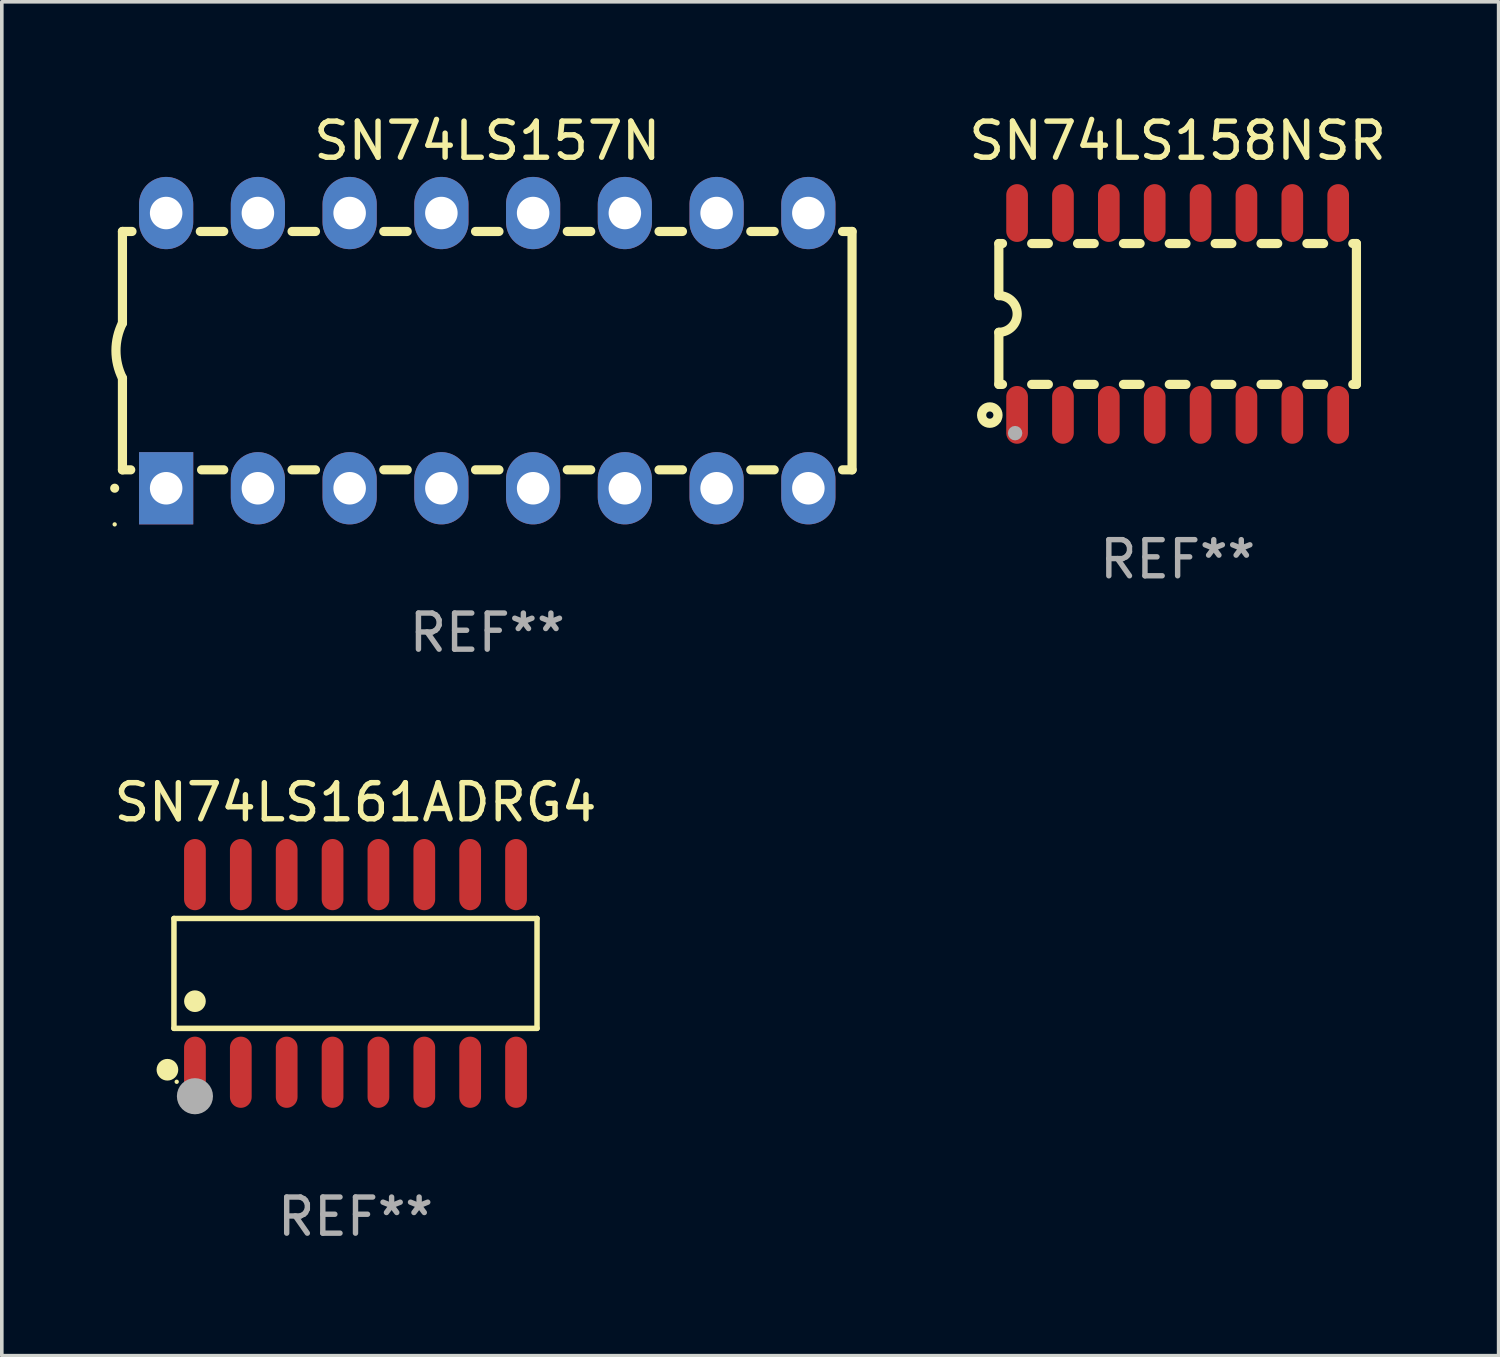
<source format=kicad_pcb>
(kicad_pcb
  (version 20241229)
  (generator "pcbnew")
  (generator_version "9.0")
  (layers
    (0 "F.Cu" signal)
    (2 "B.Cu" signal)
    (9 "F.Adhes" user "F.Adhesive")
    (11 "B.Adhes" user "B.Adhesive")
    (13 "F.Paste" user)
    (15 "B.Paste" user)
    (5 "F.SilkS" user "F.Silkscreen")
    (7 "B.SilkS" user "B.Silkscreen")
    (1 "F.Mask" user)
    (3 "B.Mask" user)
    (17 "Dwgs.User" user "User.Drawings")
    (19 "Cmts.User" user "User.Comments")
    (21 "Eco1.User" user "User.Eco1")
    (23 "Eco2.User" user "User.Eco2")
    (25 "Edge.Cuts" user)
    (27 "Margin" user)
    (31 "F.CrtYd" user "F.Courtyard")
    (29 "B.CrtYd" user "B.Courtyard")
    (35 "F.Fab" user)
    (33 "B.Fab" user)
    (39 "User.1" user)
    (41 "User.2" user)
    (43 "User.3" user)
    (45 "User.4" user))
  (footprint "SN74LS157N"
    (layer "F.Cu")
    (at 10.44 6.658)
    (property "Reference" "SN74LS157N" (at 0 -5.81 0) (layer "F.SilkS") (effects (font (size 1 1) (thickness 0.15))))
    (attr through_hole)
    (fp_line (start -10.1 -3.3) (end -10.1 -0.762) (stroke (width 0.254) (type solid)) (layer "F.SilkS"))
    (fp_line (start -10.1 -3.3) (end -9.836 -3.3) (stroke (width 0.254) (type solid)) (layer "F.SilkS"))
    (fp_line (start -10.1 3.3) (end -10.1 0.762) (stroke (width 0.254) (type solid)) (layer "F.SilkS"))
    (fp_line (start -9.871 3.3) (end -10.1 3.3) (stroke (width 0.254) (type solid)) (layer "F.SilkS"))
    (fp_line (start -7.944 -3.3) (end -7.296 -3.3) (stroke (width 0.254) (type solid)) (layer "F.SilkS"))
    (fp_line (start -7.296 3.3) (end -7.909 3.3) (stroke (width 0.254) (type solid)) (layer "F.SilkS"))
    (fp_line (start -5.404 -3.3) (end -4.756 -3.3) (stroke (width 0.254) (type solid)) (layer "F.SilkS"))
    (fp_line (start -4.756 3.3) (end -5.404 3.3) (stroke (width 0.254) (type solid)) (layer "F.SilkS"))
    (fp_line (start -2.864 -3.3) (end -2.216 -3.3) (stroke (width 0.254) (type solid)) (layer "F.SilkS"))
    (fp_line (start -2.216 3.3) (end -2.864 3.3) (stroke (width 0.254) (type solid)) (layer "F.SilkS"))
    (fp_line (start -0.324 -3.3) (end 0.324 -3.3) (stroke (width 0.254) (type solid)) (layer "F.SilkS"))
    (fp_line (start 0.324 3.3) (end -0.324 3.3) (stroke (width 0.254) (type solid)) (layer "F.SilkS"))
    (fp_line (start 2.216 -3.3) (end 2.864 -3.3) (stroke (width 0.254) (type solid)) (layer "F.SilkS"))
    (fp_line (start 2.864 3.3) (end 2.216 3.3) (stroke (width 0.254) (type solid)) (layer "F.SilkS"))
    (fp_line (start 4.756 -3.3) (end 5.404 -3.3) (stroke (width 0.254) (type solid)) (layer "F.SilkS"))
    (fp_line (start 5.404 3.3) (end 4.756 3.3) (stroke (width 0.254) (type solid)) (layer "F.SilkS"))
    (fp_line (start 7.296 -3.3) (end 7.944 -3.3) (stroke (width 0.254) (type solid)) (layer "F.SilkS"))
    (fp_line (start 7.944 3.3) (end 7.296 3.3) (stroke (width 0.254) (type solid)) (layer "F.SilkS"))
    (fp_line (start 9.836 -3.3) (end 10.1 -3.3) (stroke (width 0.254) (type solid)) (layer "F.SilkS"))
    (fp_line (start 10.1 3.3) (end 9.836 3.3) (stroke (width 0.254) (type solid)) (layer "F.SilkS"))
    (fp_line (start 10.1 3.3) (end 10.1 -3.3) (stroke (width 0.254) (type solid)) (layer "F.SilkS"))
    (fp_arc (start -10.314948 3.810008) (mid -10.314955 3.808738) (end -10.314948 3.807468) (stroke (width 0.25) (type solid)) (layer "F.SilkS"))
    (fp_arc (start -10.099048 0.762001) (mid -10.279271 0.000116) (end -10.100038 -0.762002) (stroke (width 0.254001) (type solid)) (layer "F.SilkS"))
    (fp_circle (center -10.315 4.81) (end -10.285 4.81) (stroke (width 0.06) (type solid)) (fill no) (layer "F.SilkS"))
    (fp_text user "REF**" (at 0 7.81 0) (layer "F.Fab") (effects (font (size 1 1) (thickness 0.15))))
    (pad "1" thru_hole rect (at -8.89 3.81 90) (size 2 1.5) (drill 0.9) (layers "*.Cu" "*.Mask"))
    (pad "2" thru_hole oval (at -6.35 3.81 90) (size 2 1.5) (drill 0.9) (layers "*.Cu" "*.Mask"))
    (pad "3" thru_hole oval (at -3.81 3.81 90) (size 2 1.5) (drill 0.9) (layers "*.Cu" "*.Mask"))
    (pad "4" thru_hole oval (at -1.27 3.81 90) (size 2 1.5) (drill 0.9) (layers "*.Cu" "*.Mask"))
    (pad "5" thru_hole oval (at 1.27 3.81 90) (size 2 1.5) (drill 0.9) (layers "*.Cu" "*.Mask"))
    (pad "6" thru_hole oval (at 3.81 3.81 90) (size 2 1.5) (drill 0.9) (layers "*.Cu" "*.Mask"))
    (pad "7" thru_hole oval (at 6.35 3.81 90) (size 2 1.5) (drill 0.9) (layers "*.Cu" "*.Mask"))
    (pad "8" thru_hole oval (at 8.89 3.81 90) (size 2 1.5) (drill 0.9) (layers "*.Cu" "*.Mask"))
    (pad "9" thru_hole oval (at 8.89 -3.81 90) (size 2 1.5) (drill 0.9) (layers "*.Cu" "*.Mask"))
    (pad "10" thru_hole oval (at 6.35 -3.81 90) (size 2 1.5) (drill 0.9) (layers "*.Cu" "*.Mask"))
    (pad "11" thru_hole oval (at 3.81 -3.81 90) (size 2 1.5) (drill 0.9) (layers "*.Cu" "*.Mask"))
    (pad "12" thru_hole oval (at 1.27 -3.81 90) (size 2 1.5) (drill 0.9) (layers "*.Cu" "*.Mask"))
    (pad "13" thru_hole oval (at -1.27 -3.81 90) (size 2 1.5) (drill 0.9) (layers "*.Cu" "*.Mask"))
    (pad "14" thru_hole oval (at -3.81 -3.81 90) (size 2 1.5) (drill 0.9) (layers "*.Cu" "*.Mask"))
    (pad "15" thru_hole oval (at -6.35 -3.81 90) (size 2 1.5) (drill 0.9) (layers "*.Cu" "*.Mask"))
    (pad "16" thru_hole oval (at -8.89 -3.81 90) (size 2 1.5) (drill 0.9) (layers "*.Cu" "*.Mask")))
  (footprint "SN74LS158NSR"
    (layer "F.Cu")
    (at 29.554 5.642)
    (property "Reference" "SN74LS158NSR" (at 0 -4.794 0) (layer "F.SilkS") (effects (font (size 1 1) (thickness 0.15))))
    (attr through_hole)
    (fp_line (start -4.95 -1.95) (end -4.95 -0.508) (stroke (width 0.254) (type solid)) (layer "F.SilkS"))
    (fp_line (start -4.95 -1.95) (end -4.849 -1.95) (stroke (width 0.254) (type solid)) (layer "F.SilkS"))
    (fp_line (start -4.95 1.95) (end -4.95 0.508) (stroke (width 0.254) (type solid)) (layer "F.SilkS"))
    (fp_line (start -4.95 1.95) (end -4.849 1.95) (stroke (width 0.254) (type solid)) (layer "F.SilkS"))
    (fp_line (start -4.041 -1.95) (end -3.579 -1.95) (stroke (width 0.254) (type solid)) (layer "F.SilkS"))
    (fp_line (start -4.041 1.95) (end -3.579 1.95) (stroke (width 0.254) (type solid)) (layer "F.SilkS"))
    (fp_line (start -2.771 -1.95) (end -2.309 -1.95) (stroke (width 0.254) (type solid)) (layer "F.SilkS"))
    (fp_line (start -2.771 1.95) (end -2.309 1.95) (stroke (width 0.254) (type solid)) (layer "F.SilkS"))
    (fp_line (start -1.501 -1.95) (end -1.039 -1.95) (stroke (width 0.254) (type solid)) (layer "F.SilkS"))
    (fp_line (start -1.501 1.95) (end -1.039 1.95) (stroke (width 0.254) (type solid)) (layer "F.SilkS"))
    (fp_line (start -0.231 -1.95) (end 0.231 -1.95) (stroke (width 0.254) (type solid)) (layer "F.SilkS"))
    (fp_line (start -0.231 1.95) (end 0.231 1.95) (stroke (width 0.254) (type solid)) (layer "F.SilkS"))
    (fp_line (start 1.039 -1.95) (end 1.501 -1.95) (stroke (width 0.254) (type solid)) (layer "F.SilkS"))
    (fp_line (start 1.039 1.95) (end 1.501 1.95) (stroke (width 0.254) (type solid)) (layer "F.SilkS"))
    (fp_line (start 2.309 -1.95) (end 2.771 -1.95) (stroke (width 0.254) (type solid)) (layer "F.SilkS"))
    (fp_line (start 2.309 1.95) (end 2.771 1.95) (stroke (width 0.254) (type solid)) (layer "F.SilkS"))
    (fp_line (start 3.579 -1.95) (end 4.041 -1.95) (stroke (width 0.254) (type solid)) (layer "F.SilkS"))
    (fp_line (start 3.579 1.95) (end 4.041 1.95) (stroke (width 0.254) (type solid)) (layer "F.SilkS"))
    (fp_line (start 4.849 -1.95) (end 4.95 -1.95) (stroke (width 0.254) (type solid)) (layer "F.SilkS"))
    (fp_line (start 4.849 1.95) (end 4.95 1.95) (stroke (width 0.254) (type solid)) (layer "F.SilkS"))
    (fp_line (start 4.95 -1.95) (end 4.95 1.95) (stroke (width 0.254) (type solid)) (layer "F.SilkS"))
    (fp_arc (start -4.95047 -0.508001) (mid -4.442469 -0.000228) (end -4.950013 0.508001) (stroke (width 0.254001) (type solid)) (layer "F.SilkS"))
    (fp_circle (center -5.2 2.8) (end -5.1 2.8) (stroke (width 0.254) (type solid)) (fill no) (layer "F.SilkS"))
    (fp_circle (center -4.95 2.947) (end -4.92 2.947) (stroke (width 0.06) (type solid)) (fill no) (layer "F.SilkS"))
    (fp_circle (center -4.5 3.3) (end -4.4 3.3) (stroke (width 0.2) (type solid)) (fill no) (layer "F.Fab"))
    (fp_text user "REF**" (at 0 6.794 0) (layer "F.Fab") (effects (font (size 1 1) (thickness 0.15))))
    (pad "1" smd oval (at -4.445 2.794) (size 0.6 1.6) (layers "F.Cu" "F.Mask" "F.Paste"))
    (pad "2" smd oval (at -3.175 2.794) (size 0.6 1.6) (layers "F.Cu" "F.Mask" "F.Paste"))
    (pad "3" smd oval (at -1.905 2.794) (size 0.6 1.6) (layers "F.Cu" "F.Mask" "F.Paste"))
    (pad "4" smd oval (at -0.635 2.794) (size 0.6 1.6) (layers "F.Cu" "F.Mask" "F.Paste"))
    (pad "5" smd oval (at 0.635 2.794) (size 0.6 1.6) (layers "F.Cu" "F.Mask" "F.Paste"))
    (pad "6" smd oval (at 1.905 2.794) (size 0.6 1.6) (layers "F.Cu" "F.Mask" "F.Paste"))
    (pad "7" smd oval (at 3.175 2.794) (size 0.6 1.6) (layers "F.Cu" "F.Mask" "F.Paste"))
    (pad "8" smd oval (at 4.445 2.794) (size 0.6 1.6) (layers "F.Cu" "F.Mask" "F.Paste"))
    (pad "9" smd oval (at 4.445 -2.794) (size 0.6 1.6) (layers "F.Cu" "F.Mask" "F.Paste"))
    (pad "10" smd oval (at 3.175 -2.794) (size 0.6 1.6) (layers "F.Cu" "F.Mask" "F.Paste"))
    (pad "11" smd oval (at 1.905 -2.794) (size 0.6 1.6) (layers "F.Cu" "F.Mask" "F.Paste"))
    (pad "12" smd oval (at 0.635 -2.794) (size 0.6 1.6) (layers "F.Cu" "F.Mask" "F.Paste"))
    (pad "13" smd oval (at -0.635 -2.794) (size 0.6 1.6) (layers "F.Cu" "F.Mask" "F.Paste"))
    (pad "14" smd oval (at -1.905 -2.794) (size 0.6 1.6) (layers "F.Cu" "F.Mask" "F.Paste"))
    (pad "15" smd oval (at -3.175 -2.794) (size 0.6 1.6) (layers "F.Cu" "F.Mask" "F.Paste"))
    (pad "16" smd oval (at -4.445 -2.794) (size 0.6 1.6) (layers "F.Cu" "F.Mask" "F.Paste")))
  (footprint "SN74LS161ADRG4"
    (layer "F.Cu")
    (at 6.792 23.9)
    (property "Reference" "SN74LS161ADRG4" (at 0 -4.736 0) (layer "F.SilkS") (effects (font (size 1 1) (thickness 0.15))))
    (attr through_hole)
    (fp_line (start -5.026 -1.521) (end 5.026 -1.521) (stroke (width 0.152) (type solid)) (layer "F.SilkS"))
    (fp_line (start -5.026 1.521) (end -5.026 -1.521) (stroke (width 0.152) (type solid)) (layer "F.SilkS"))
    (fp_line (start 5.026 -1.521) (end 5.026 1.521) (stroke (width 0.152) (type solid)) (layer "F.SilkS"))
    (fp_line (start 5.026 1.521) (end -5.026 1.521) (stroke (width 0.152) (type solid)) (layer "F.SilkS"))
    (fp_circle (center -5.207 2.667) (end -5.057 2.667) (stroke (width 0.3) (type solid)) (fill no) (layer "F.SilkS"))
    (fp_circle (center -4.95 3) (end -4.92 3) (stroke (width 0.06) (type solid)) (fill no) (layer "F.SilkS"))
    (fp_circle (center -4.445 0.769) (end -4.295 0.769) (stroke (width 0.3) (type solid)) (fill no) (layer "F.SilkS"))
    (fp_circle (center -4.445 3.4) (end -4.195 3.4) (stroke (width 0.5) (type solid)) (fill no) (layer "F.Fab"))
    (fp_text user "REF**" (at 0 6.736 0) (layer "F.Fab") (effects (font (size 1 1) (thickness 0.15))))
    (pad "1" smd oval (at -4.445 2.736) (size 0.602 1.971) (layers "F.Cu" "F.Mask" "F.Paste"))
    (pad "2" smd oval (at -3.175 2.736) (size 0.602 1.971) (layers "F.Cu" "F.Mask" "F.Paste"))
    (pad "3" smd oval (at -1.905 2.736) (size 0.602 1.971) (layers "F.Cu" "F.Mask" "F.Paste"))
    (pad "4" smd oval (at -0.635 2.736) (size 0.602 1.971) (layers "F.Cu" "F.Mask" "F.Paste"))
    (pad "5" smd oval (at 0.635 2.736) (size 0.602 1.971) (layers "F.Cu" "F.Mask" "F.Paste"))
    (pad "6" smd oval (at 1.905 2.736) (size 0.602 1.971) (layers "F.Cu" "F.Mask" "F.Paste"))
    (pad "7" smd oval (at 3.175 2.736) (size 0.602 1.971) (layers "F.Cu" "F.Mask" "F.Paste"))
    (pad "8" smd oval (at 4.445 2.736) (size 0.602 1.971) (layers "F.Cu" "F.Mask" "F.Paste"))
    (pad "9" smd oval (at 4.445 -2.736) (size 0.602 1.971) (layers "F.Cu" "F.Mask" "F.Paste"))
    (pad "10" smd oval (at 3.175 -2.736) (size 0.602 1.971) (layers "F.Cu" "F.Mask" "F.Paste"))
    (pad "11" smd oval (at 1.905 -2.736) (size 0.602 1.971) (layers "F.Cu" "F.Mask" "F.Paste"))
    (pad "12" smd oval (at 0.635 -2.736) (size 0.602 1.971) (layers "F.Cu" "F.Mask" "F.Paste"))
    (pad "13" smd oval (at -0.635 -2.736) (size 0.602 1.971) (layers "F.Cu" "F.Mask" "F.Paste"))
    (pad "14" smd oval (at -1.905 -2.736) (size 0.602 1.971) (layers "F.Cu" "F.Mask" "F.Paste"))
    (pad "15" smd oval (at -3.175 -2.736) (size 0.602 1.971) (layers "F.Cu" "F.Mask" "F.Paste"))
    (pad "16" smd oval (at -4.445 -2.736) (size 0.602 1.971) (layers "F.Cu" "F.Mask" "F.Paste")))
  (gr_rect
    (start -3 -3)
    (end 38.441 34.484)
    (stroke (width 0.1) (type default))
    (fill no)
    (layer "Edge.Cuts")))
</source>
